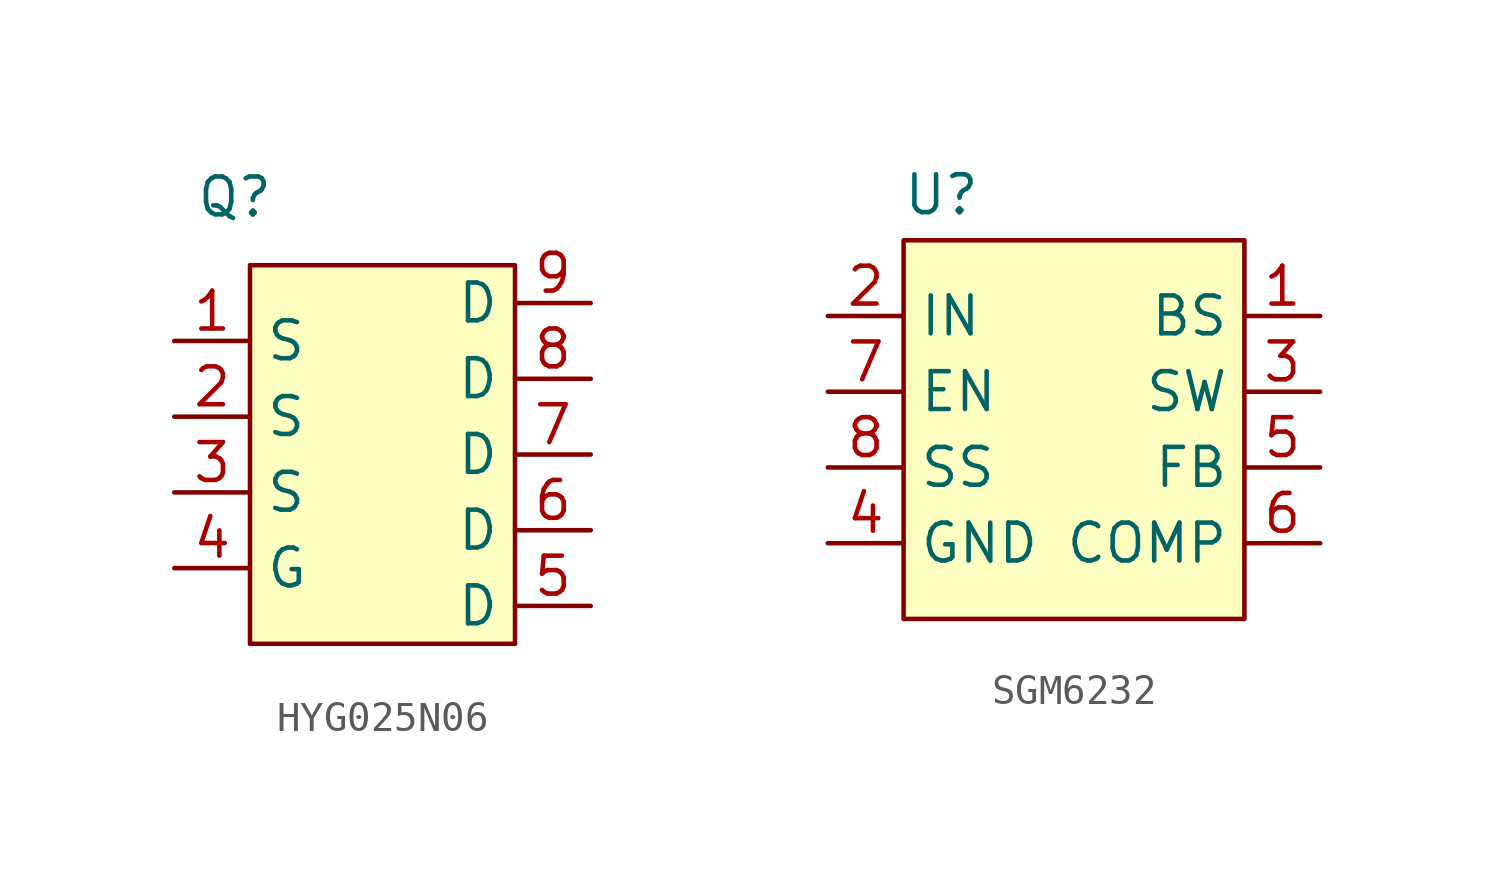
<source format=kicad_sym>
(kicad_symbol_lib
  (version 20231120)
  (generator "kicad_symbol_editor")
  (generator_version "8.0")
  (symbol "HYG025N06"
    (property "Reference" "Q"
      (at -0.508 2.286 0)
      (effects (font (size 1.27 1.27))))
    (property "Value" ""
      (at 0 -1.27 0)
      (effects (font (size 1.27 1.27))))
    (symbol "HYG025N06_1_1"
      (rectangle (start 0 0) (end 8.89 -12.7) (stroke (width 0) (type default)) (fill (type background)))
      (pin passive line (at -2.54 -2.54 0) (length 2.54) (name "S" (effects (font (size 1.27 1.27)))) (number "1" (effects (font (size 1.27 1.27)))))
      (pin passive line (at -2.54 -5.08 0) (length 2.54) (name "S" (effects (font (size 1.27 1.27)))) (number "2" (effects (font (size 1.27 1.27)))))
      (pin passive line (at -2.54 -7.62 0) (length 2.54) (name "S" (effects (font (size 1.27 1.27)))) (number "3" (effects (font (size 1.27 1.27)))))
      (pin passive line (at -2.54 -10.16 0) (length 2.54) (name "G" (effects (font (size 1.27 1.27)))) (number "4" (effects (font (size 1.27 1.27)))))
      (pin passive line (at 11.43 -11.43 180) (length 2.54) (name "D" (effects (font (size 1.27 1.27)))) (number "5" (effects (font (size 1.27 1.27)))))
      (pin passive line (at 11.43 -8.89 180) (length 2.54) (name "D" (effects (font (size 1.27 1.27)))) (number "6" (effects (font (size 1.27 1.27)))))
      (pin passive line (at 11.43 -6.35 180) (length 2.54) (name "D" (effects (font (size 1.27 1.27)))) (number "7" (effects (font (size 1.27 1.27)))))
      (pin passive line (at 11.43 -3.81 180) (length 2.54) (name "D" (effects (font (size 1.27 1.27)))) (number "8" (effects (font (size 1.27 1.27)))))
      (pin passive line (at 11.43 -1.27 180) (length 2.54) (name "D" (effects (font (size 1.27 1.27)))) (number "9" (effects (font (size 1.27 1.27)))))))
  (symbol "SGM6232"
    (property "Reference" "U"
      (at 1.27 1.524 0)
      (effects (font (size 1.27 1.27))))
    (property "Value" ""
      (at 0 0 0)
      (effects (font (size 1.27 1.27))))
    (symbol "SGM6232_1_1"
      (rectangle (start 0 0) (end 11.43 -12.7) (stroke (width 0) (type default)) (fill (type background)))
      (pin input line (at 13.97 -2.54 180) (length 2.54) (name "BS" (effects (font (size 1.27 1.27)))) (number "1" (effects (font (size 1.27 1.27)))))
      (pin input line (at -2.54 -2.54 0) (length 2.54) (name "IN" (effects (font (size 1.27 1.27)))) (number "2" (effects (font (size 1.27 1.27)))))
      (pin input line (at 13.97 -5.08 180) (length 2.54) (name "SW" (effects (font (size 1.27 1.27)))) (number "3" (effects (font (size 1.27 1.27)))))
      (pin input line (at -2.54 -10.16 0) (length 2.54) (name "GND" (effects (font (size 1.27 1.27)))) (number "4" (effects (font (size 1.27 1.27)))))
      (pin input line (at 13.97 -7.62 180) (length 2.54) (name "FB" (effects (font (size 1.27 1.27)))) (number "5" (effects (font (size 1.27 1.27)))))
      (pin input line (at 13.97 -10.16 180) (length 2.54) (name "COMP" (effects (font (size 1.27 1.27)))) (number "6" (effects (font (size 1.27 1.27)))))
      (pin input line (at -2.54 -5.08 0) (length 2.54) (name "EN" (effects (font (size 1.27 1.27)))) (number "7" (effects (font (size 1.27 1.27)))))
      (pin input line (at -2.54 -7.62 0) (length 2.54) (name "SS" (effects (font (size 1.27 1.27)))) (number "8" (effects (font (size 1.27 1.27))))))))
</source>
